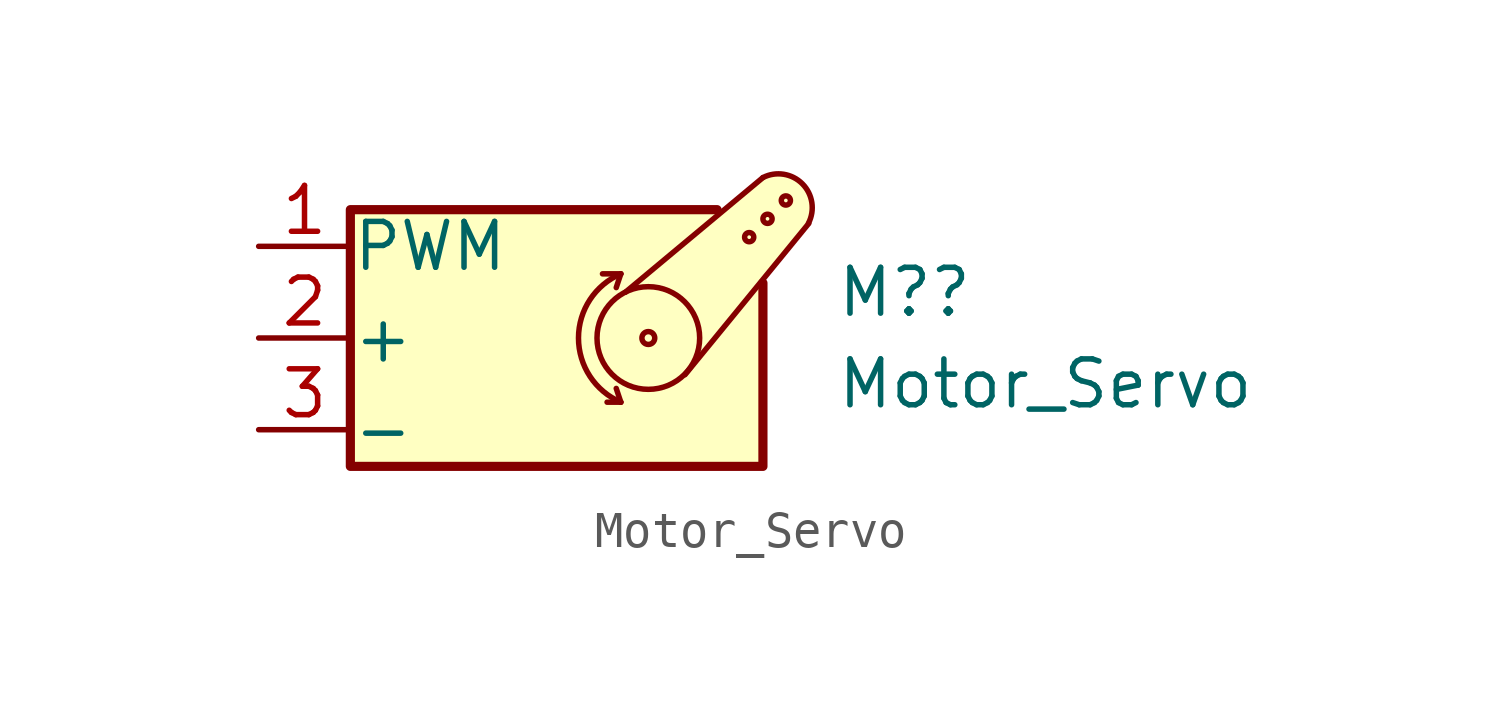
<source format=kicad_sym>
(kicad_symbol_lib
  (version 20211014)
  (generator kicad_symbol_editor)
  (symbol "Motor_Servo"
    (pin_names
      (offset 0.025))
    (property "Reference" "M?"
      (at 8.36 1.268 0)
      (effects (font (size 1.27 1.27)) (justify left)))
    (property "Value" "Motor_Servo"
      (at 8.36 -1.269 0)
      (effects (font (size 1.27 1.27)) (justify left)))
    (symbol "Motor_Servo_0_1"
      (polyline (pts (xy 2.413 -1.778) (xy 2.032 -1.778)) (stroke (width 0) (type default) (color 0 0 0 0)) (fill (type none)))
      (polyline (pts (xy 2.413 -1.778) (xy 2.286 -1.397)) (stroke (width 0) (type default) (color 0 0 0 0)) (fill (type none)))
      (polyline (pts (xy 2.413 1.778) (xy 1.905 1.778)) (stroke (width 0) (type default) (color 0 0 0 0)) (fill (type none)))
      (polyline (pts (xy 2.413 1.778) (xy 2.286 1.397)) (stroke (width 0) (type default) (color 0 0 0 0)) (fill (type none)))
      (polyline (pts (xy 6.35 4.445) (xy 2.54 1.27)) (stroke (width 0) (type default) (color 0 0 0 0)) (fill (type none)))
      (polyline (pts (xy 7.62 3.175) (xy 4.191 -1.016)) (stroke (width 0) (type default) (color 0 0 0 0)) (fill (type none)))
      (polyline (pts (xy 5.08 3.556) (xy -5.08 3.556) (xy -5.08 -3.556) (xy 6.35 -3.556) (xy 6.35 1.524)) (stroke (width 0.254) (type default) (color 0 0 0 0)) (fill (type background)))
      (polyline (pts (xy 6.045 1.27) (xy 7.645 3.2) (xy 7.722 3.454) (xy 7.722 3.708) (xy 7.645 3.962) (xy 7.493 4.242) (xy 7.163 4.47) (xy 6.833 4.547) (xy 6.325 4.445) (xy 6.045 4.191) (xy 2.565 1.295) (xy 3.073 1.422) (xy 3.581 1.372) (xy 3.988 1.168) (xy 4.343 0.787) (xy 4.572 0.356) (xy 4.547 -0.33) (xy 4.445 -0.686) (xy 4.216 -0.991) (xy 6.045 1.27)) (stroke (width 0.01) (type default) (color 0 0 0 0)) (fill (type background)))
      (arc (start 2.413 1.778) (mid 1.2406 0) (end 2.413 -1.778) (stroke (width 0) (type default) (color 0 0 0 0)) (fill (type none)))
      (circle (center 3.175 0) (radius 0.178) (stroke (width 0) (type default) (color 0 0 0 0)) (fill (type none)))
      (circle (center 3.175 0) (radius 1.422) (stroke (width 0) (type default) (color 0 0 0 0)) (fill (type none)))
      (circle (center 5.969 2.794) (radius 0.127) (stroke (width 0) (type default) (color 0 0 0 0)) (fill (type none)))
      (circle (center 6.477 3.302) (radius 0.127) (stroke (width 0) (type default) (color 0 0 0 0)) (fill (type none)))
      (circle (center 6.985 3.81) (radius 0.127) (stroke (width 0) (type default) (color 0 0 0 0)) (fill (type none)))
      (arc (start 7.62 3.175) (mid 7.4485 4.2735) (end 6.35 4.445) (stroke (width 0) (type default) (color 0 0 0 0)) (fill (type background))))
    (symbol "Motor_Servo_1_1"
      (pin passive line (at -7.62 2.54 0) (length 2.54) (name "PWM" (effects (font (size 1.27 1.27)))) (number "1" (effects (font (size 1.27 1.27)))))
      (pin passive line (at -7.62 0 0) (length 2.54) (name "+" (effects (font (size 1.27 1.27)))) (number "2" (effects (font (size 1.27 1.27)))))
      (pin passive line (at -7.62 -2.54 0) (length 2.54) (name "-" (effects (font (size 1.27 1.27)))) (number "3" (effects (font (size 1.27 1.27))))))))
</source>
